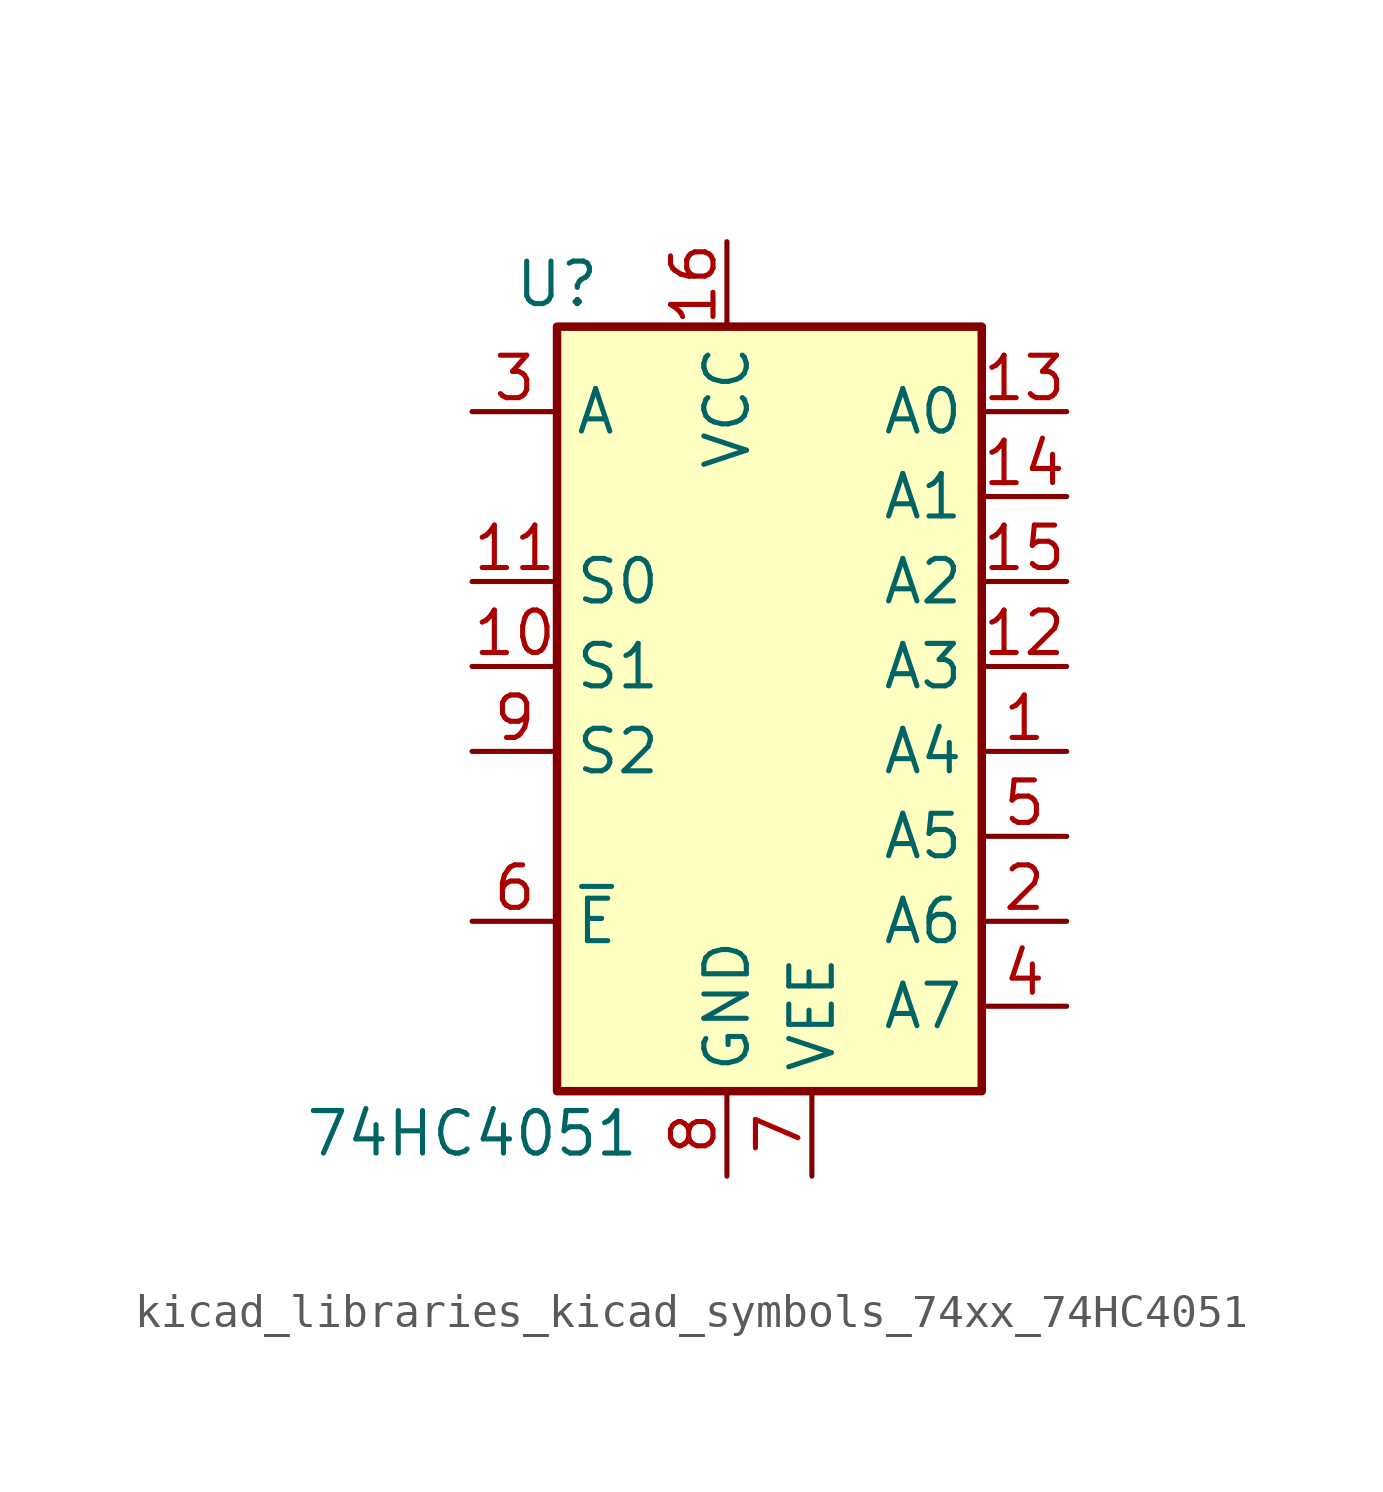
<source format=kicad_sym>
(kicad_symbol_lib
  (version 20220914)
  (generator kicad_symbol_editor)
  (symbol "kicad_libraries_kicad_symbols_74xx_74HC4051"
    (property "Reference" "U"
      (at -5.08 11.43 0)
      (effects (font (size 1.27 1.27))))
    (property "Value" "74HC4051"
      (at -7.62 -13.97 0)
      (effects (font (size 1.27 1.27))))
    (symbol "kicad_libraries_kicad_symbols_74xx_74HC4051_0_1"
      (rectangle (start -5.08 10.16) (end 7.62 -12.7) (stroke (width 0.254) (type default)) (fill (type background))))
    (symbol "kicad_libraries_kicad_symbols_74xx_74HC4051_1_1"
      (pin passive line (at 10.16 -2.54 180) (length 2.54) (name "A4" (effects (font (size 1.27 1.27)))) (number "1" (effects (font (size 1.27 1.27)))))
      (pin input line (at -7.62 0 0) (length 2.54) (name "S1" (effects (font (size 1.27 1.27)))) (number "10" (effects (font (size 1.27 1.27)))))
      (pin input line (at -7.62 2.54 0) (length 2.54) (name "S0" (effects (font (size 1.27 1.27)))) (number "11" (effects (font (size 1.27 1.27)))))
      (pin passive line (at 10.16 0 180) (length 2.54) (name "A3" (effects (font (size 1.27 1.27)))) (number "12" (effects (font (size 1.27 1.27)))))
      (pin passive line (at 10.16 7.62 180) (length 2.54) (name "A0" (effects (font (size 1.27 1.27)))) (number "13" (effects (font (size 1.27 1.27)))))
      (pin passive line (at 10.16 5.08 180) (length 2.54) (name "A1" (effects (font (size 1.27 1.27)))) (number "14" (effects (font (size 1.27 1.27)))))
      (pin passive line (at 10.16 2.54 180) (length 2.54) (name "A2" (effects (font (size 1.27 1.27)))) (number "15" (effects (font (size 1.27 1.27)))))
      (pin power_in line (at 0 12.7 270) (length 2.54) (name "VCC" (effects (font (size 1.27 1.27)))) (number "16" (effects (font (size 1.27 1.27)))))
      (pin passive line (at 10.16 -7.62 180) (length 2.54) (name "A6" (effects (font (size 1.27 1.27)))) (number "2" (effects (font (size 1.27 1.27)))))
      (pin passive line (at -7.62 7.62 0) (length 2.54) (name "A" (effects (font (size 1.27 1.27)))) (number "3" (effects (font (size 1.27 1.27)))))
      (pin passive line (at 10.16 -10.16 180) (length 2.54) (name "A7" (effects (font (size 1.27 1.27)))) (number "4" (effects (font (size 1.27 1.27)))))
      (pin passive line (at 10.16 -5.08 180) (length 2.54) (name "A5" (effects (font (size 1.27 1.27)))) (number "5" (effects (font (size 1.27 1.27)))))
      (pin input line (at -7.62 -7.62 0) (length 2.54) (name "~{E}" (effects (font (size 1.27 1.27)))) (number "6" (effects (font (size 1.27 1.27)))))
      (pin power_in line (at 2.54 -15.24 90) (length 2.54) (name "VEE" (effects (font (size 1.27 1.27)))) (number "7" (effects (font (size 1.27 1.27)))))
      (pin power_in line (at 0 -15.24 90) (length 2.54) (name "GND" (effects (font (size 1.27 1.27)))) (number "8" (effects (font (size 1.27 1.27)))))
      (pin input line (at -7.62 -2.54 0) (length 2.54) (name "S2" (effects (font (size 1.27 1.27)))) (number "9" (effects (font (size 1.27 1.27))))))))
</source>
